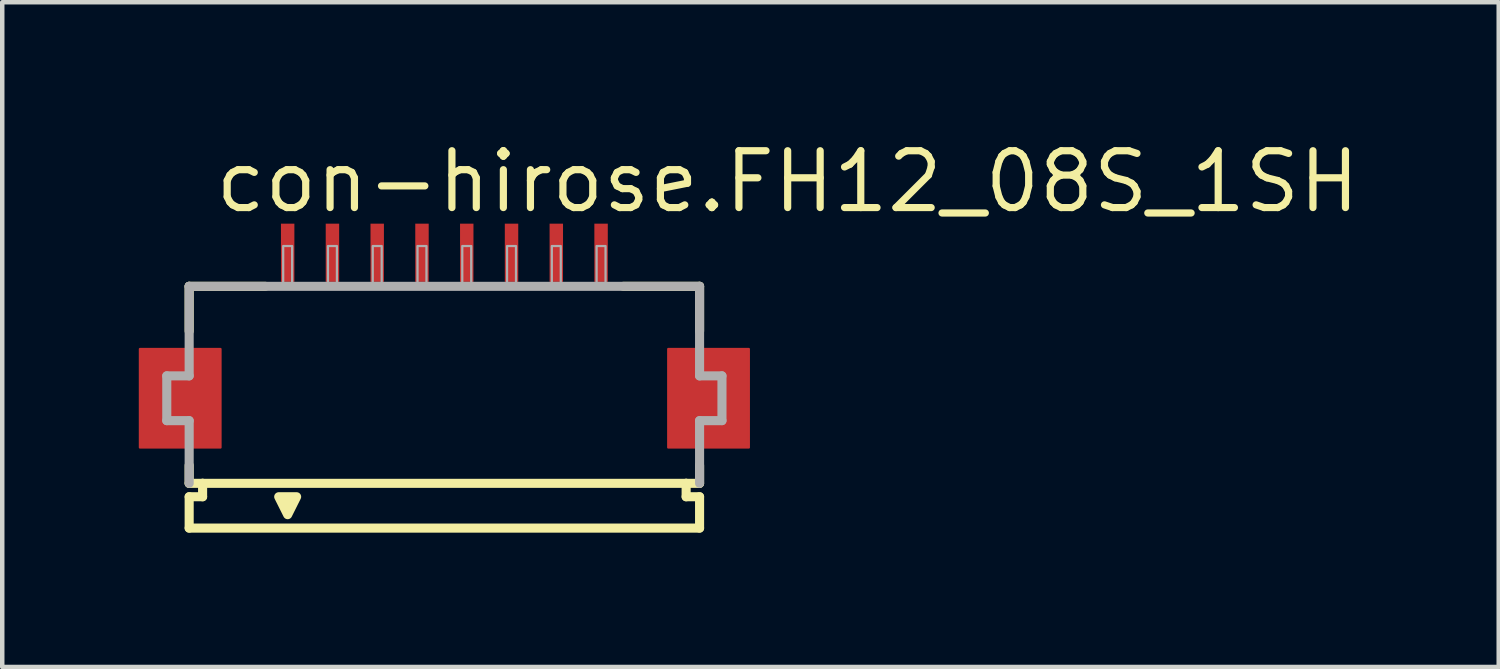
<source format=kicad_pcb>
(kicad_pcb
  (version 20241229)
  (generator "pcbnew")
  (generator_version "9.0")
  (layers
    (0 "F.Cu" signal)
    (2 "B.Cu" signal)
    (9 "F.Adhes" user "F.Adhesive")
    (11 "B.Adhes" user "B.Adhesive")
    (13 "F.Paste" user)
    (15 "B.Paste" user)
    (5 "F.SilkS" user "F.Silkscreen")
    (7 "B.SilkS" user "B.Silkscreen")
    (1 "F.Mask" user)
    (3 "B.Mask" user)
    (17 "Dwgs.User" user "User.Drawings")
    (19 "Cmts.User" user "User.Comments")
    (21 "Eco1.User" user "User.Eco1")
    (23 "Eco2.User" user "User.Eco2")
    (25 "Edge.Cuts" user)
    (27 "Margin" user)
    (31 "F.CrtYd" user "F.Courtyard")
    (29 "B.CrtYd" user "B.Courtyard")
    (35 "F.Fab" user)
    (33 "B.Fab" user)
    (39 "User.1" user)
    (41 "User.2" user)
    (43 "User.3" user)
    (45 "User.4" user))
  (footprint "con-hirose.FH12_08S_1SH"
    (layer "F.Cu")
    (at 6.875 5.845)
    (property "Reference" "con-hirose.FH12_08S_1SH" (at -5.198 -4.095 0) (layer "F.SilkS") (effects (font (size 1.27 1.27) (thickness 0.16)) (justify left bottom)))
    (attr smd)
    (fp_rect (start -6.8 1.1) (end -5 -1.1) (stroke (width 0.05) (type default)) (fill yes) (layer "F.Cu"))
    (fp_rect (start 5 1.1) (end 6.8 -1.1) (stroke (width 0.05) (type default)) (fill yes) (layer "F.Cu"))
    (fp_rect (start -6.85 1.175) (end -4.95 -1.175) (stroke (width 0.05) (type default)) (fill yes) (layer "F.Mask"))
    (fp_rect (start -3.7 -2.55) (end -3.3 -3.95) (stroke (width 0.05) (type default)) (fill yes) (layer "F.Mask"))
    (fp_rect (start -2.7 -2.55) (end -2.3 -3.95) (stroke (width 0.05) (type default)) (fill yes) (layer "F.Mask"))
    (fp_rect (start -1.7 -2.55) (end -1.3 -3.95) (stroke (width 0.05) (type default)) (fill yes) (layer "F.Mask"))
    (fp_rect (start -0.7 -2.55) (end -0.3 -3.95) (stroke (width 0.05) (type default)) (fill yes) (layer "F.Mask"))
    (fp_rect (start 0.3 -2.55) (end 0.7 -3.95) (stroke (width 0.05) (type default)) (fill yes) (layer "F.Mask"))
    (fp_rect (start 1.3 -2.55) (end 1.7 -3.95) (stroke (width 0.05) (type default)) (fill yes) (layer "F.Mask"))
    (fp_rect (start 2.3 -2.55) (end 2.7 -3.95) (stroke (width 0.05) (type default)) (fill yes) (layer "F.Mask"))
    (fp_rect (start 3.3 -2.55) (end 3.7 -3.95) (stroke (width 0.05) (type default)) (fill yes) (layer "F.Mask"))
    (fp_rect (start 4.95 1.175) (end 6.85 -1.175) (stroke (width 0.05) (type default)) (fill yes) (layer "F.Mask"))
    (fp_line (start -5.7 -2.5) (end -5.7 -1.5) (stroke (width 0.203) (type default)) (layer "F.SilkS"))
    (fp_line (start -5.7 1.5) (end -5.7 1.9) (stroke (width 0.203) (type default)) (layer "F.SilkS"))
    (fp_line (start -5.7 1.9) (end -5.4 1.9) (stroke (width 0.203) (type default)) (layer "F.SilkS"))
    (fp_line (start -5.7 2.2) (end -5.7 2.9) (stroke (width 0.203) (type default)) (layer "F.SilkS"))
    (fp_line (start -5.4 1.9) (end -5.4 2.2) (stroke (width 0.203) (type default)) (layer "F.SilkS"))
    (fp_line (start -5.4 2.2) (end -5.7 2.2) (stroke (width 0.203) (type default)) (layer "F.SilkS"))
    (fp_line (start -4 -2.5) (end -5.7 -2.5) (stroke (width 0.203) (type default)) (layer "F.SilkS"))
    (fp_line (start 5.4 1.9) (end -5.4 1.9) (stroke (width 0.203) (type default)) (layer "F.SilkS"))
    (fp_line (start 5.4 1.9) (end 5.7 1.9) (stroke (width 0.203) (type default)) (layer "F.SilkS"))
    (fp_line (start 5.4 2.2) (end 5.4 1.9) (stroke (width 0.203) (type default)) (layer "F.SilkS"))
    (fp_line (start 5.7 -2.5) (end 4 -2.5) (stroke (width 0.203) (type default)) (layer "F.SilkS"))
    (fp_line (start 5.7 -1.5) (end 5.7 -2.5) (stroke (width 0.203) (type default)) (layer "F.SilkS"))
    (fp_line (start 5.7 1.9) (end 5.7 1.5) (stroke (width 0.203) (type default)) (layer "F.SilkS"))
    (fp_line (start 5.7 2.2) (end 5.4 2.2) (stroke (width 0.203) (type default)) (layer "F.SilkS"))
    (fp_line (start 5.7 2.9) (end -5.7 2.9) (stroke (width 0.203) (type default)) (layer "F.SilkS"))
    (fp_line (start 5.7 2.9) (end 5.7 2.2) (stroke (width 0.203) (type default)) (layer "F.SilkS"))
    (fp_poly (pts (xy -3.7 2.2) (xy -3.5 2.6) (xy -3.3 2.2)) (stroke (width 0.203) (type default)) (fill yes) (layer "F.SilkS"))
    (fp_rect (start -6.725 1.025) (end -5.075 -1.025) (stroke (width 0.05) (type default)) (fill yes) (layer "F.Paste"))
    (fp_rect (start -3.625 -2.625) (end -3.375 -3.875) (stroke (width 0.05) (type default)) (fill yes) (layer "F.Paste"))
    (fp_rect (start -2.625 -2.625) (end -2.375 -3.875) (stroke (width 0.05) (type default)) (fill yes) (layer "F.Paste"))
    (fp_rect (start -1.625 -2.625) (end -1.375 -3.875) (stroke (width 0.05) (type default)) (fill yes) (layer "F.Paste"))
    (fp_rect (start -0.625 -2.625) (end -0.375 -3.875) (stroke (width 0.05) (type default)) (fill yes) (layer "F.Paste"))
    (fp_rect (start 0.375 -2.625) (end 0.625 -3.875) (stroke (width 0.05) (type default)) (fill yes) (layer "F.Paste"))
    (fp_rect (start 1.375 -2.625) (end 1.625 -3.875) (stroke (width 0.05) (type default)) (fill yes) (layer "F.Paste"))
    (fp_rect (start 2.375 -2.625) (end 2.625 -3.875) (stroke (width 0.05) (type default)) (fill yes) (layer "F.Paste"))
    (fp_rect (start 3.375 -2.625) (end 3.625 -3.875) (stroke (width 0.05) (type default)) (fill yes) (layer "F.Paste"))
    (fp_rect (start 5.075 1.025) (end 6.725 -1.025) (stroke (width 0.05) (type default)) (fill yes) (layer "F.Paste"))
    (fp_line (start -6.2 -0.5) (end -6.2 0.5) (stroke (width 0.203) (type default)) (layer "F.Fab"))
    (fp_line (start -6.2 0.5) (end -5.7 0.5) (stroke (width 0.203) (type default)) (layer "F.Fab"))
    (fp_line (start -5.7 -2.5) (end -5.7 -0.5) (stroke (width 0.203) (type default)) (layer "F.Fab"))
    (fp_line (start -5.7 -0.5) (end -6.2 -0.5) (stroke (width 0.203) (type default)) (layer "F.Fab"))
    (fp_line (start -5.7 0.5) (end -5.7 1.9) (stroke (width 0.203) (type default)) (layer "F.Fab"))
    (fp_line (start 5.7 -2.5) (end -5.7 -2.5) (stroke (width 0.203) (type default)) (layer "F.Fab"))
    (fp_line (start 5.7 -0.5) (end 5.7 -2.5) (stroke (width 0.203) (type default)) (layer "F.Fab"))
    (fp_line (start 5.7 0.5) (end 6.2 0.5) (stroke (width 0.203) (type default)) (layer "F.Fab"))
    (fp_line (start 5.7 1.9) (end 5.7 0.5) (stroke (width 0.203) (type default)) (layer "F.Fab"))
    (fp_line (start 6.2 -0.5) (end 5.7 -0.5) (stroke (width 0.203) (type default)) (layer "F.Fab"))
    (fp_line (start 6.2 0.5) (end 6.2 -0.5) (stroke (width 0.203) (type default)) (layer "F.Fab"))
    (fp_rect (start -3.6 -2.55) (end -3.4 -3.4) (stroke (width 0.05) (type default)) (fill no) (layer "F.Fab"))
    (fp_rect (start -2.6 -2.55) (end -2.4 -3.4) (stroke (width 0.05) (type default)) (fill no) (layer "F.Fab"))
    (fp_rect (start -1.6 -2.55) (end -1.4 -3.4) (stroke (width 0.05) (type default)) (fill no) (layer "F.Fab"))
    (fp_rect (start -0.6 -2.55) (end -0.4 -3.4) (stroke (width 0.05) (type default)) (fill no) (layer "F.Fab"))
    (fp_rect (start 0.4 -2.55) (end 0.6 -3.4) (stroke (width 0.05) (type default)) (fill no) (layer "F.Fab"))
    (fp_rect (start 1.4 -2.55) (end 1.6 -3.4) (stroke (width 0.05) (type default)) (fill no) (layer "F.Fab"))
    (fp_rect (start 2.4 -2.55) (end 2.6 -3.4) (stroke (width 0.05) (type default)) (fill no) (layer "F.Fab"))
    (fp_rect (start 3.4 -2.55) (end 3.6 -3.4) (stroke (width 0.05) (type default)) (fill no) (layer "F.Fab"))
    (pad "1" smd roundrect (at -3.5 -3.25) (size 0.3 1.3) (layers "F.Cu" "F.Mask" "F.Paste") (roundrect_rratio 0.01))
    (pad "2" smd roundrect (at -2.5 -3.25) (size 0.3 1.3) (layers "F.Cu" "F.Mask" "F.Paste") (roundrect_rratio 0.01))
    (pad "3" smd roundrect (at -1.5 -3.25) (size 0.3 1.3) (layers "F.Cu" "F.Mask" "F.Paste") (roundrect_rratio 0.01))
    (pad "4" smd roundrect (at -0.5 -3.25) (size 0.3 1.3) (layers "F.Cu" "F.Mask" "F.Paste") (roundrect_rratio 0.01))
    (pad "5" smd roundrect (at 0.5 -3.25) (size 0.3 1.3) (layers "F.Cu" "F.Mask" "F.Paste") (roundrect_rratio 0.01))
    (pad "6" smd roundrect (at 1.5 -3.25) (size 0.3 1.3) (layers "F.Cu" "F.Mask" "F.Paste") (roundrect_rratio 0.01))
    (pad "7" smd roundrect (at 2.5 -3.25) (size 0.3 1.3) (layers "F.Cu" "F.Mask" "F.Paste") (roundrect_rratio 0.01))
    (pad "8" smd roundrect (at 3.5 -3.25) (size 0.3 1.3) (layers "F.Cu" "F.Mask" "F.Paste") (roundrect_rratio 0.01)))
  (gr_rect
    (start -3 -3)
    (end 30.424 11.847)
    (stroke (width 0.1) (type default))
    (fill no)
    (layer "Edge.Cuts")))
</source>
